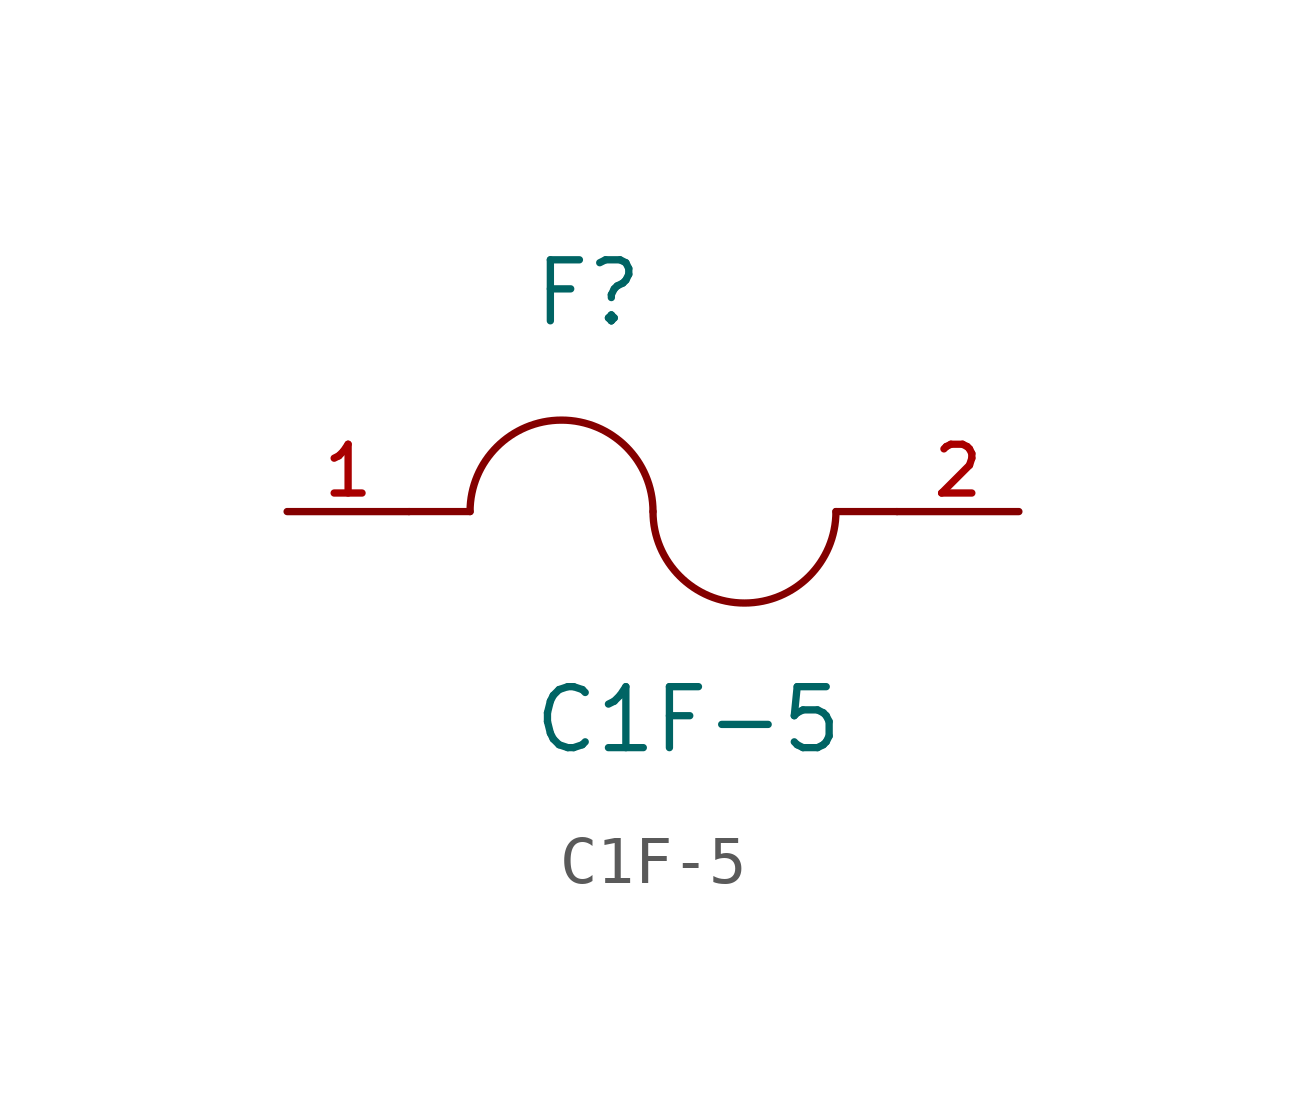
<source format=kicad_sym>
(kicad_symbol_lib
  (version 20211014)
  (generator kicad_symbol_editor)
  (symbol "C1F-5"
    (pin_names
      (offset 1.016))
    (property "Reference" "F"
      (at -2.54 3.81 0)
      (effects (font (size 1.27 1.27)) (justify bottom left)))
    (property "Value" "C1F-5"
      (at -2.54 -5.08 0)
      (effects (font (size 1.27 1.27)) (justify bottom left)))
    (symbol "C1F-5_0_0"
      (arc (start 0.0 0.0) (mid -1.905 1.905) (end -3.81 0.0) (stroke (width 0.1524) (type default) (color 0 0 0 0)) (fill (type none)))
      (arc (start 3.81 0.0) (mid 1.905 -1.905) (end 0.0 0.0) (stroke (width 0.1524) (type default) (color 0 0 0 0)) (fill (type none)))
      (polyline (pts (xy 5.08 0.0) (xy 3.81 0.0)) (stroke (width 0.152)))
      (polyline (pts (xy -5.08 0.0) (xy -3.81 0.0)) (stroke (width 0.152)))
      (pin passive line (at 7.62 0.0 180.0) (length 2.54) (name "~" (effects (font (size 1.016 1.016)))) (number "2" (effects (font (size 1.016 1.016)))))
      (pin passive line (at -7.62 0.0 0) (length 2.54) (name "~" (effects (font (size 1.016 1.016)))) (number "1" (effects (font (size 1.016 1.016))))))))
</source>
